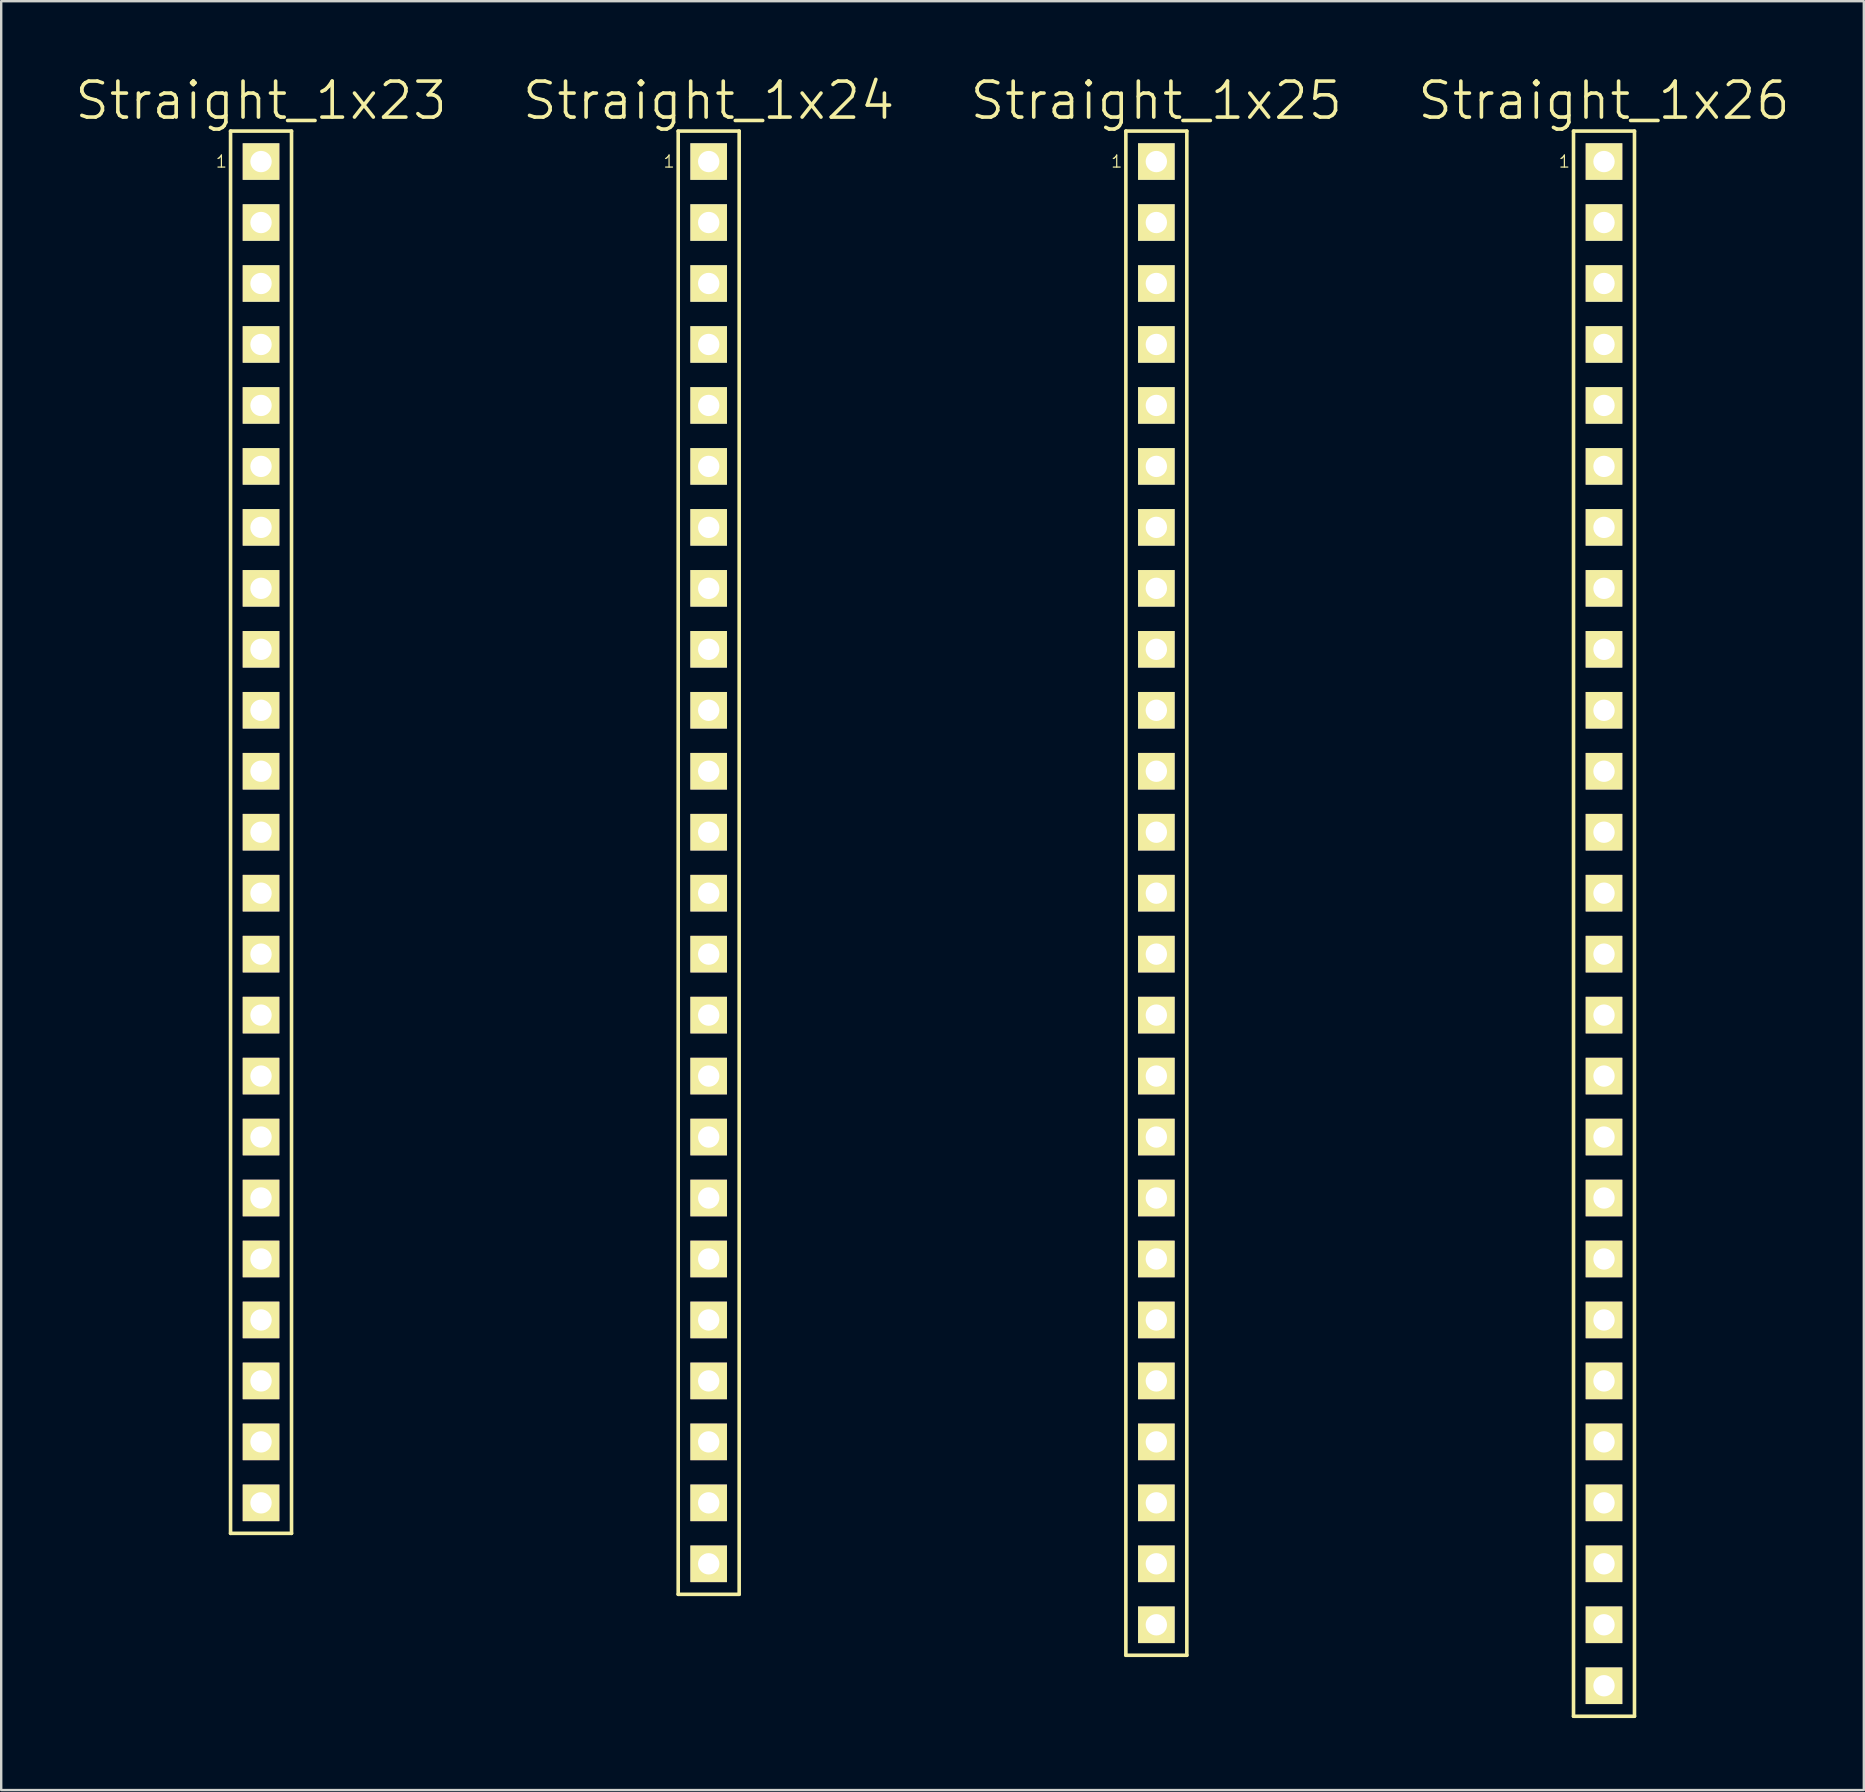
<source format=kicad_pcb>
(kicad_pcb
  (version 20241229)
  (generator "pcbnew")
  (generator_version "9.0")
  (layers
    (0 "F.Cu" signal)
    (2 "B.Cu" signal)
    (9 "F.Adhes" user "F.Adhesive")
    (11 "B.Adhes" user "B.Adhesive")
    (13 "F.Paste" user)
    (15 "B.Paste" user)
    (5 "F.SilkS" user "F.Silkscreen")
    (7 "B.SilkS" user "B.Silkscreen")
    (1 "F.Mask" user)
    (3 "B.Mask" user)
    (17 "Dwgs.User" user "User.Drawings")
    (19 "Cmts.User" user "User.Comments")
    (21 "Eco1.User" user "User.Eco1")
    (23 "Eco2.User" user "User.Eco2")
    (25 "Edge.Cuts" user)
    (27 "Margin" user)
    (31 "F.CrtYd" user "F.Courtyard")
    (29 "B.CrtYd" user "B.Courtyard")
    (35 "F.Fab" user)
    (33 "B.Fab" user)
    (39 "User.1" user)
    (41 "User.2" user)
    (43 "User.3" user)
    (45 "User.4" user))
  (footprint "Straight_1x26"
    (layer "F.Cu")
    (at 63.775 35.431)
    (property "Reference" "Straight_1x26" (at 0 -34.29 0) (layer "F.SilkS") (effects (font (size 1.5 1.5) (thickness 0.15))))
    (attr through_hole)
    (fp_line (start -1.27 -33.02) (end 1.27 -33.02) (stroke (width 0.15) (type solid)) (layer "F.SilkS"))
    (fp_line (start -1.27 33.02) (end -1.27 -33.02) (stroke (width 0.15) (type solid)) (layer "F.SilkS"))
    (fp_line (start 1.27 -33.02) (end 1.27 33.02) (stroke (width 0.15) (type solid)) (layer "F.SilkS"))
    (fp_line (start 1.27 33.02) (end -1.27 33.02) (stroke (width 0.15) (type solid)) (layer "F.SilkS"))
    (fp_text user "1" (at -1.651 -31.75 0) (layer "F.SilkS") (effects (font (size 0.5 0.5) (thickness 0.05))))
    (pad "1" thru_hole rect (at 0 -31.75) (size 1.524 1.524) (drill 0.889) (layers "*.Cu" "*.Mask" "F.SilkS"))
    (pad "2" thru_hole rect (at 0 -29.21) (size 1.524 1.524) (drill 0.889) (layers "*.Cu" "*.Mask" "F.SilkS"))
    (pad "3" thru_hole rect (at 0 -26.67) (size 1.524 1.524) (drill 0.889) (layers "*.Cu" "*.Mask" "F.SilkS"))
    (pad "4" thru_hole rect (at 0 -24.13) (size 1.524 1.524) (drill 0.889) (layers "*.Cu" "*.Mask" "F.SilkS"))
    (pad "5" thru_hole rect (at 0 -21.59) (size 1.524 1.524) (drill 0.889) (layers "*.Cu" "*.Mask" "F.SilkS"))
    (pad "6" thru_hole rect (at 0 -19.05) (size 1.524 1.524) (drill 0.889) (layers "*.Cu" "*.Mask" "F.SilkS"))
    (pad "7" thru_hole rect (at 0 -16.51) (size 1.524 1.524) (drill 0.889) (layers "*.Cu" "*.Mask" "F.SilkS"))
    (pad "8" thru_hole rect (at 0 -13.97) (size 1.524 1.524) (drill 0.889) (layers "*.Cu" "*.Mask" "F.SilkS"))
    (pad "9" thru_hole rect (at 0 -11.43) (size 1.524 1.524) (drill 0.889) (layers "*.Cu" "*.Mask" "F.SilkS"))
    (pad "10" thru_hole rect (at 0 -8.89) (size 1.524 1.524) (drill 0.889) (layers "*.Cu" "*.Mask" "F.SilkS"))
    (pad "11" thru_hole rect (at 0 -6.35) (size 1.524 1.524) (drill 0.889) (layers "*.Cu" "*.Mask" "F.SilkS"))
    (pad "12" thru_hole rect (at 0 -3.81) (size 1.524 1.524) (drill 0.889) (layers "*.Cu" "*.Mask" "F.SilkS"))
    (pad "13" thru_hole rect (at 0 -1.27) (size 1.524 1.524) (drill 0.889) (layers "*.Cu" "*.Mask" "F.SilkS"))
    (pad "14" thru_hole rect (at 0 1.27) (size 1.524 1.524) (drill 0.889) (layers "*.Cu" "*.Mask" "F.SilkS"))
    (pad "15" thru_hole rect (at 0 3.81) (size 1.524 1.524) (drill 0.889) (layers "*.Cu" "*.Mask" "F.SilkS"))
    (pad "16" thru_hole rect (at 0 6.35) (size 1.524 1.524) (drill 0.889) (layers "*.Cu" "*.Mask" "F.SilkS"))
    (pad "17" thru_hole rect (at 0 8.89) (size 1.524 1.524) (drill 0.889) (layers "*.Cu" "*.Mask" "F.SilkS"))
    (pad "18" thru_hole rect (at 0 11.43) (size 1.524 1.524) (drill 0.889) (layers "*.Cu" "*.Mask" "F.SilkS"))
    (pad "19" thru_hole rect (at 0 13.97) (size 1.524 1.524) (drill 0.889) (layers "*.Cu" "*.Mask" "F.SilkS"))
    (pad "20" thru_hole rect (at 0 16.51) (size 1.524 1.524) (drill 0.889) (layers "*.Cu" "*.Mask" "F.SilkS"))
    (pad "21" thru_hole rect (at 0 19.05) (size 1.524 1.524) (drill 0.889) (layers "*.Cu" "*.Mask" "F.SilkS"))
    (pad "22" thru_hole rect (at 0 21.59) (size 1.524 1.524) (drill 0.889) (layers "*.Cu" "*.Mask" "F.SilkS"))
    (pad "23" thru_hole rect (at 0 24.13) (size 1.524 1.524) (drill 0.889) (layers "*.Cu" "*.Mask" "F.SilkS"))
    (pad "24" thru_hole rect (at 0 26.67) (size 1.524 1.524) (drill 0.889) (layers "*.Cu" "*.Mask" "F.SilkS"))
    (pad "25" thru_hole rect (at 0 29.21) (size 1.524 1.524) (drill 0.889) (layers "*.Cu" "*.Mask" "F.SilkS"))
    (pad "26" thru_hole rect (at 0 31.75) (size 1.524 1.524) (drill 0.889) (layers "*.Cu" "*.Mask" "F.SilkS")))
  (footprint "Straight_1x24"
    (layer "F.Cu")
    (at 26.475 32.891)
    (property "Reference" "Straight_1x24" (at 0 -31.75 0) (layer "F.SilkS") (effects (font (size 1.5 1.5) (thickness 0.15))))
    (attr through_hole)
    (fp_line (start -1.27 -30.48) (end 1.27 -30.48) (stroke (width 0.15) (type solid)) (layer "F.SilkS"))
    (fp_line (start -1.27 30.48) (end -1.27 -30.48) (stroke (width 0.15) (type solid)) (layer "F.SilkS"))
    (fp_line (start 1.27 -30.48) (end 1.27 30.48) (stroke (width 0.15) (type solid)) (layer "F.SilkS"))
    (fp_line (start 1.27 30.48) (end -1.27 30.48) (stroke (width 0.15) (type solid)) (layer "F.SilkS"))
    (fp_text user "1" (at -1.651 -29.21 0) (layer "F.SilkS") (effects (font (size 0.5 0.5) (thickness 0.05))))
    (pad "1" thru_hole rect (at 0 -29.21) (size 1.524 1.524) (drill 0.889) (layers "*.Cu" "*.Mask" "F.SilkS"))
    (pad "2" thru_hole rect (at 0 -26.67) (size 1.524 1.524) (drill 0.889) (layers "*.Cu" "*.Mask" "F.SilkS"))
    (pad "3" thru_hole rect (at 0 -24.13) (size 1.524 1.524) (drill 0.889) (layers "*.Cu" "*.Mask" "F.SilkS"))
    (pad "4" thru_hole rect (at 0 -21.59) (size 1.524 1.524) (drill 0.889) (layers "*.Cu" "*.Mask" "F.SilkS"))
    (pad "5" thru_hole rect (at 0 -19.05) (size 1.524 1.524) (drill 0.889) (layers "*.Cu" "*.Mask" "F.SilkS"))
    (pad "6" thru_hole rect (at 0 -16.51) (size 1.524 1.524) (drill 0.889) (layers "*.Cu" "*.Mask" "F.SilkS"))
    (pad "7" thru_hole rect (at 0 -13.97) (size 1.524 1.524) (drill 0.889) (layers "*.Cu" "*.Mask" "F.SilkS"))
    (pad "8" thru_hole rect (at 0 -11.43) (size 1.524 1.524) (drill 0.889) (layers "*.Cu" "*.Mask" "F.SilkS"))
    (pad "9" thru_hole rect (at 0 -8.89) (size 1.524 1.524) (drill 0.889) (layers "*.Cu" "*.Mask" "F.SilkS"))
    (pad "10" thru_hole rect (at 0 -6.35) (size 1.524 1.524) (drill 0.889) (layers "*.Cu" "*.Mask" "F.SilkS"))
    (pad "11" thru_hole rect (at 0 -3.81) (size 1.524 1.524) (drill 0.889) (layers "*.Cu" "*.Mask" "F.SilkS"))
    (pad "12" thru_hole rect (at 0 -1.27) (size 1.524 1.524) (drill 0.889) (layers "*.Cu" "*.Mask" "F.SilkS"))
    (pad "13" thru_hole rect (at 0 1.27) (size 1.524 1.524) (drill 0.889) (layers "*.Cu" "*.Mask" "F.SilkS"))
    (pad "14" thru_hole rect (at 0 3.81) (size 1.524 1.524) (drill 0.889) (layers "*.Cu" "*.Mask" "F.SilkS"))
    (pad "15" thru_hole rect (at 0 6.35) (size 1.524 1.524) (drill 0.889) (layers "*.Cu" "*.Mask" "F.SilkS"))
    (pad "16" thru_hole rect (at 0 8.89) (size 1.524 1.524) (drill 0.889) (layers "*.Cu" "*.Mask" "F.SilkS"))
    (pad "17" thru_hole rect (at 0 11.43) (size 1.524 1.524) (drill 0.889) (layers "*.Cu" "*.Mask" "F.SilkS"))
    (pad "18" thru_hole rect (at 0 13.97) (size 1.524 1.524) (drill 0.889) (layers "*.Cu" "*.Mask" "F.SilkS"))
    (pad "19" thru_hole rect (at 0 16.51) (size 1.524 1.524) (drill 0.889) (layers "*.Cu" "*.Mask" "F.SilkS"))
    (pad "20" thru_hole rect (at 0 19.05) (size 1.524 1.524) (drill 0.889) (layers "*.Cu" "*.Mask" "F.SilkS"))
    (pad "21" thru_hole rect (at 0 21.59) (size 1.524 1.524) (drill 0.889) (layers "*.Cu" "*.Mask" "F.SilkS"))
    (pad "22" thru_hole rect (at 0 24.13) (size 1.524 1.524) (drill 0.889) (layers "*.Cu" "*.Mask" "F.SilkS"))
    (pad "23" thru_hole rect (at 0 26.67) (size 1.524 1.524) (drill 0.889) (layers "*.Cu" "*.Mask" "F.SilkS"))
    (pad "24" thru_hole rect (at 0 29.21) (size 1.524 1.524) (drill 0.889) (layers "*.Cu" "*.Mask" "F.SilkS")))
  (footprint "Straight_1x25"
    (layer "F.Cu")
    (at 45.125 34.161)
    (property "Reference" "Straight_1x25" (at 0 -33.02 0) (layer "F.SilkS") (effects (font (size 1.5 1.5) (thickness 0.15))))
    (attr through_hole)
    (fp_line (start -1.27 -31.75) (end 1.27 -31.75) (stroke (width 0.15) (type solid)) (layer "F.SilkS"))
    (fp_line (start -1.27 31.75) (end -1.27 -31.75) (stroke (width 0.15) (type solid)) (layer "F.SilkS"))
    (fp_line (start 1.27 -31.75) (end 1.27 31.75) (stroke (width 0.15) (type solid)) (layer "F.SilkS"))
    (fp_line (start 1.27 31.75) (end -1.27 31.75) (stroke (width 0.15) (type solid)) (layer "F.SilkS"))
    (fp_text user "1" (at -1.651 -30.48 0) (layer "F.SilkS") (effects (font (size 0.5 0.5) (thickness 0.05))))
    (pad "1" thru_hole rect (at 0 -30.48) (size 1.524 1.524) (drill 0.889) (layers "*.Cu" "*.Mask" "F.SilkS"))
    (pad "2" thru_hole rect (at 0 -27.94) (size 1.524 1.524) (drill 0.889) (layers "*.Cu" "*.Mask" "F.SilkS"))
    (pad "3" thru_hole rect (at 0 -25.4) (size 1.524 1.524) (drill 0.889) (layers "*.Cu" "*.Mask" "F.SilkS"))
    (pad "4" thru_hole rect (at 0 -22.86) (size 1.524 1.524) (drill 0.889) (layers "*.Cu" "*.Mask" "F.SilkS"))
    (pad "5" thru_hole rect (at 0 -20.32) (size 1.524 1.524) (drill 0.889) (layers "*.Cu" "*.Mask" "F.SilkS"))
    (pad "6" thru_hole rect (at 0 -17.78) (size 1.524 1.524) (drill 0.889) (layers "*.Cu" "*.Mask" "F.SilkS"))
    (pad "7" thru_hole rect (at 0 -15.24) (size 1.524 1.524) (drill 0.889) (layers "*.Cu" "*.Mask" "F.SilkS"))
    (pad "8" thru_hole rect (at 0 -12.7) (size 1.524 1.524) (drill 0.889) (layers "*.Cu" "*.Mask" "F.SilkS"))
    (pad "9" thru_hole rect (at 0 -10.16) (size 1.524 1.524) (drill 0.889) (layers "*.Cu" "*.Mask" "F.SilkS"))
    (pad "10" thru_hole rect (at 0 -7.62) (size 1.524 1.524) (drill 0.889) (layers "*.Cu" "*.Mask" "F.SilkS"))
    (pad "11" thru_hole rect (at 0 -5.08) (size 1.524 1.524) (drill 0.889) (layers "*.Cu" "*.Mask" "F.SilkS"))
    (pad "12" thru_hole rect (at 0 -2.54) (size 1.524 1.524) (drill 0.889) (layers "*.Cu" "*.Mask" "F.SilkS"))
    (pad "13" thru_hole rect (at 0 0) (size 1.524 1.524) (drill 0.889) (layers "*.Cu" "*.Mask" "F.SilkS"))
    (pad "14" thru_hole rect (at 0 2.54) (size 1.524 1.524) (drill 0.889) (layers "*.Cu" "*.Mask" "F.SilkS"))
    (pad "15" thru_hole rect (at 0 5.08) (size 1.524 1.524) (drill 0.889) (layers "*.Cu" "*.Mask" "F.SilkS"))
    (pad "16" thru_hole rect (at 0 7.62) (size 1.524 1.524) (drill 0.889) (layers "*.Cu" "*.Mask" "F.SilkS"))
    (pad "17" thru_hole rect (at 0 10.16) (size 1.524 1.524) (drill 0.889) (layers "*.Cu" "*.Mask" "F.SilkS"))
    (pad "18" thru_hole rect (at 0 12.7) (size 1.524 1.524) (drill 0.889) (layers "*.Cu" "*.Mask" "F.SilkS"))
    (pad "19" thru_hole rect (at 0 15.24) (size 1.524 1.524) (drill 0.889) (layers "*.Cu" "*.Mask" "F.SilkS"))
    (pad "20" thru_hole rect (at 0 17.78) (size 1.524 1.524) (drill 0.889) (layers "*.Cu" "*.Mask" "F.SilkS"))
    (pad "21" thru_hole rect (at 0 20.32) (size 1.524 1.524) (drill 0.889) (layers "*.Cu" "*.Mask" "F.SilkS"))
    (pad "22" thru_hole rect (at 0 22.86) (size 1.524 1.524) (drill 0.889) (layers "*.Cu" "*.Mask" "F.SilkS"))
    (pad "23" thru_hole rect (at 0 25.4) (size 1.524 1.524) (drill 0.889) (layers "*.Cu" "*.Mask" "F.SilkS"))
    (pad "24" thru_hole rect (at 0 27.94) (size 1.524 1.524) (drill 0.889) (layers "*.Cu" "*.Mask" "F.SilkS"))
    (pad "25" thru_hole rect (at 0 30.48) (size 1.524 1.524) (drill 0.889) (layers "*.Cu" "*.Mask" "F.SilkS")))
  (footprint "Straight_1x23"
    (layer "F.Cu")
    (at 7.825 31.621)
    (property "Reference" "Straight_1x23" (at 0 -30.48 0) (layer "F.SilkS") (effects (font (size 1.5 1.5) (thickness 0.15))))
    (attr through_hole)
    (fp_line (start -1.27 -29.21) (end 1.27 -29.21) (stroke (width 0.15) (type solid)) (layer "F.SilkS"))
    (fp_line (start -1.27 29.21) (end -1.27 -29.21) (stroke (width 0.15) (type solid)) (layer "F.SilkS"))
    (fp_line (start 1.27 -29.21) (end 1.27 29.21) (stroke (width 0.15) (type solid)) (layer "F.SilkS"))
    (fp_line (start 1.27 29.21) (end -1.27 29.21) (stroke (width 0.15) (type solid)) (layer "F.SilkS"))
    (fp_text user "1" (at -1.651 -27.94 0) (layer "F.SilkS") (effects (font (size 0.5 0.5) (thickness 0.05))))
    (pad "1" thru_hole rect (at 0 -27.94) (size 1.524 1.524) (drill 0.889) (layers "*.Cu" "*.Mask" "F.SilkS"))
    (pad "2" thru_hole rect (at 0 -25.4) (size 1.524 1.524) (drill 0.889) (layers "*.Cu" "*.Mask" "F.SilkS"))
    (pad "3" thru_hole rect (at 0 -22.86) (size 1.524 1.524) (drill 0.889) (layers "*.Cu" "*.Mask" "F.SilkS"))
    (pad "4" thru_hole rect (at 0 -20.32) (size 1.524 1.524) (drill 0.889) (layers "*.Cu" "*.Mask" "F.SilkS"))
    (pad "5" thru_hole rect (at 0 -17.78) (size 1.524 1.524) (drill 0.889) (layers "*.Cu" "*.Mask" "F.SilkS"))
    (pad "6" thru_hole rect (at 0 -15.24) (size 1.524 1.524) (drill 0.889) (layers "*.Cu" "*.Mask" "F.SilkS"))
    (pad "7" thru_hole rect (at 0 -12.7) (size 1.524 1.524) (drill 0.889) (layers "*.Cu" "*.Mask" "F.SilkS"))
    (pad "8" thru_hole rect (at 0 -10.16) (size 1.524 1.524) (drill 0.889) (layers "*.Cu" "*.Mask" "F.SilkS"))
    (pad "9" thru_hole rect (at 0 -7.62) (size 1.524 1.524) (drill 0.889) (layers "*.Cu" "*.Mask" "F.SilkS"))
    (pad "10" thru_hole rect (at 0 -5.08) (size 1.524 1.524) (drill 0.889) (layers "*.Cu" "*.Mask" "F.SilkS"))
    (pad "11" thru_hole rect (at 0 -2.54) (size 1.524 1.524) (drill 0.889) (layers "*.Cu" "*.Mask" "F.SilkS"))
    (pad "12" thru_hole rect (at 0 0) (size 1.524 1.524) (drill 0.889) (layers "*.Cu" "*.Mask" "F.SilkS"))
    (pad "13" thru_hole rect (at 0 2.54) (size 1.524 1.524) (drill 0.889) (layers "*.Cu" "*.Mask" "F.SilkS"))
    (pad "14" thru_hole rect (at 0 5.08) (size 1.524 1.524) (drill 0.889) (layers "*.Cu" "*.Mask" "F.SilkS"))
    (pad "15" thru_hole rect (at 0 7.62) (size 1.524 1.524) (drill 0.889) (layers "*.Cu" "*.Mask" "F.SilkS"))
    (pad "16" thru_hole rect (at 0 10.16) (size 1.524 1.524) (drill 0.889) (layers "*.Cu" "*.Mask" "F.SilkS"))
    (pad "17" thru_hole rect (at 0 12.7) (size 1.524 1.524) (drill 0.889) (layers "*.Cu" "*.Mask" "F.SilkS"))
    (pad "18" thru_hole rect (at 0 15.24) (size 1.524 1.524) (drill 0.889) (layers "*.Cu" "*.Mask" "F.SilkS"))
    (pad "19" thru_hole rect (at 0 17.78) (size 1.524 1.524) (drill 0.889) (layers "*.Cu" "*.Mask" "F.SilkS"))
    (pad "20" thru_hole rect (at 0 20.32) (size 1.524 1.524) (drill 0.889) (layers "*.Cu" "*.Mask" "F.SilkS"))
    (pad "21" thru_hole rect (at 0 22.86) (size 1.524 1.524) (drill 0.889) (layers "*.Cu" "*.Mask" "F.SilkS"))
    (pad "22" thru_hole rect (at 0 25.4) (size 1.524 1.524) (drill 0.889) (layers "*.Cu" "*.Mask" "F.SilkS"))
    (pad "23" thru_hole rect (at 0 27.94) (size 1.524 1.524) (drill 0.889) (layers "*.Cu" "*.Mask" "F.SilkS")))
  (gr_rect
    (start -3 -3)
    (end 74.6 71.526)
    (stroke (width 0.1) (type default))
    (fill no)
    (layer "Edge.Cuts")))
</source>
